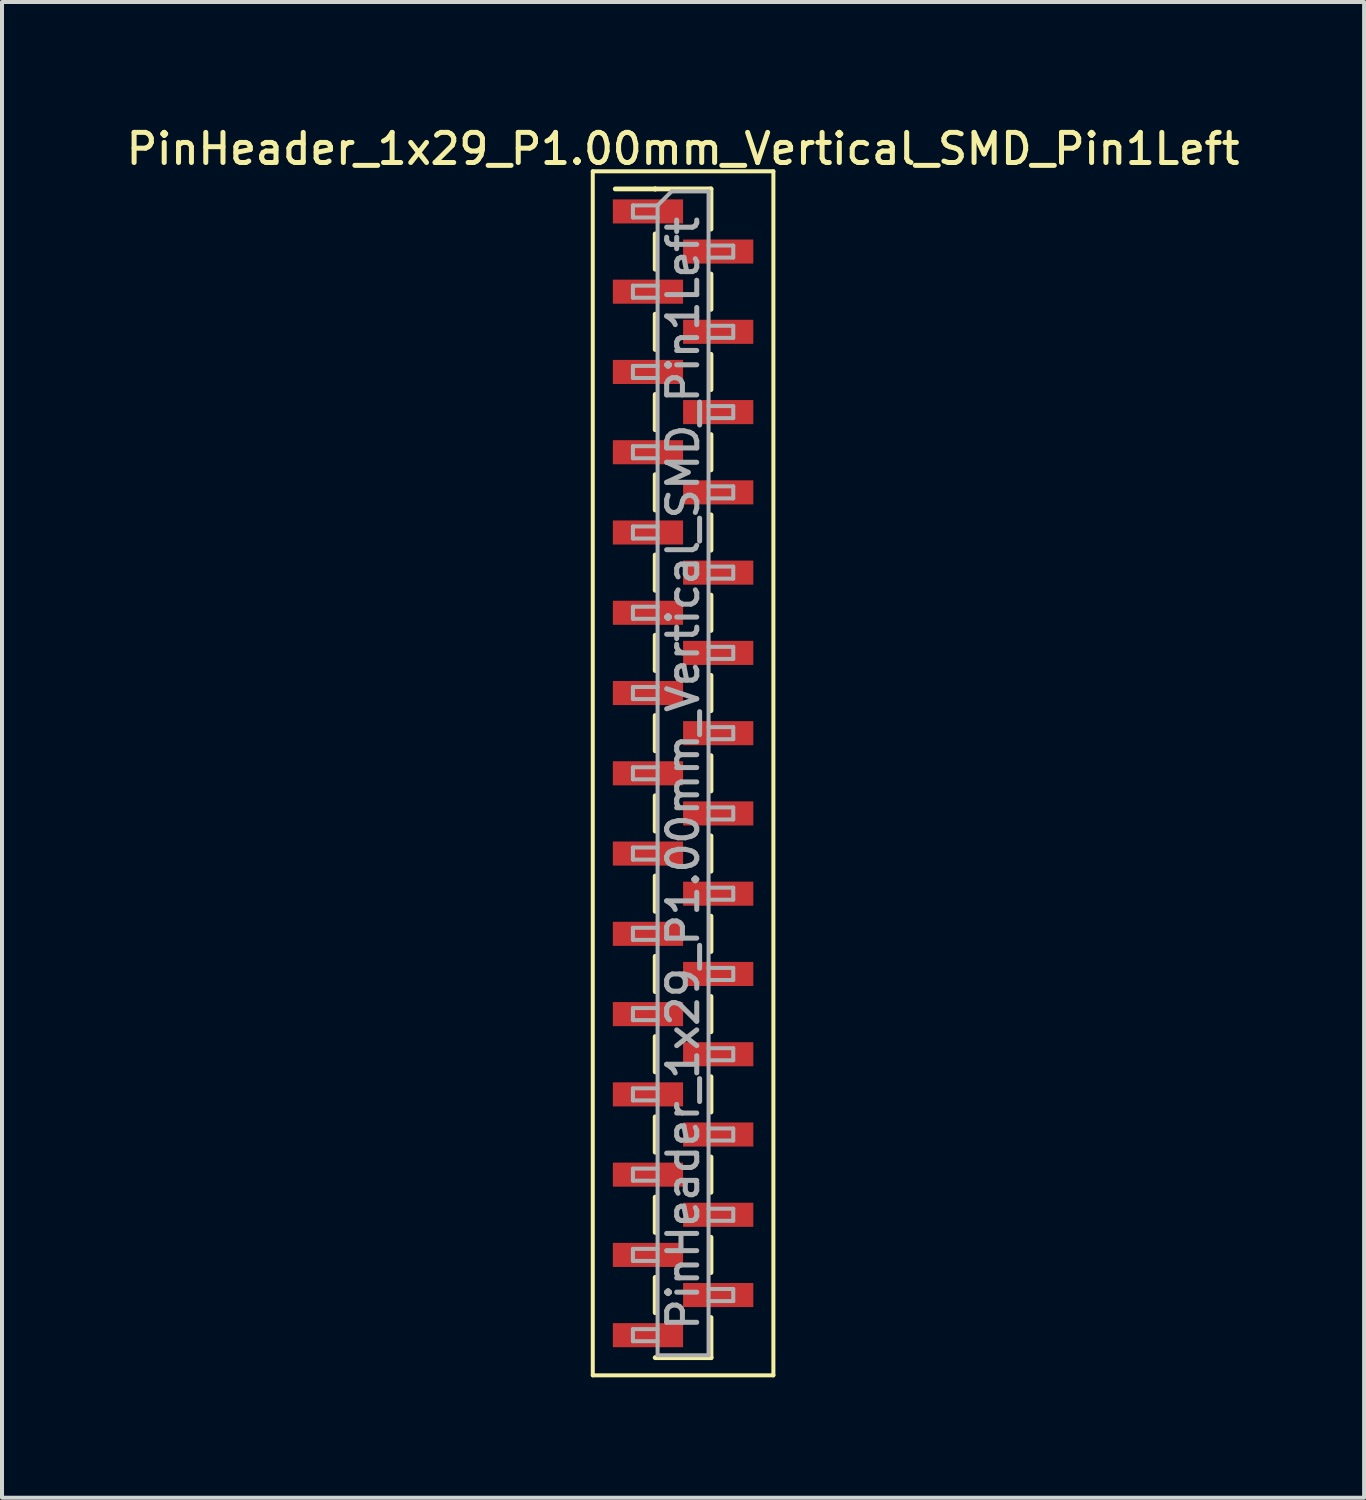
<source format=kicad_pcb>
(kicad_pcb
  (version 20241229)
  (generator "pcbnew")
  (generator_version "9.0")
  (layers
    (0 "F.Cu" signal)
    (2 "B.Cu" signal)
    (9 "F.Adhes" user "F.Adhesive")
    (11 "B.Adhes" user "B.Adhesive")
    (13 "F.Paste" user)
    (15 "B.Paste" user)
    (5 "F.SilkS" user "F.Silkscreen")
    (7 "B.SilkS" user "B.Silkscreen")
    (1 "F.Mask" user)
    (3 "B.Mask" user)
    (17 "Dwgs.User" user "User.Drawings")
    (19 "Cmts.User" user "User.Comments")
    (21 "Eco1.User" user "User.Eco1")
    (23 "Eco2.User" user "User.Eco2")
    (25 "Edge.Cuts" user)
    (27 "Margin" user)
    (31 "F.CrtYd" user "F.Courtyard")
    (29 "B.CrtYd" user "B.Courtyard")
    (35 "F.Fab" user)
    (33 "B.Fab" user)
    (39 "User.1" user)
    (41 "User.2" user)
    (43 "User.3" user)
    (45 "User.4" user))
  (footprint "PinHeader_1x29_P1.00mm_Vertical_SMD_Pin1Left"
    (layer "F.Cu")
    (at 13.97 16.218)
    (property "Reference" "PinHeader_1x29_P1.00mm_Vertical_SMD_Pin1Left" (at 0 -15.56 0) (layer "F.SilkS") (effects (font (size 0.75 0.75) (thickness 0.125))))
    (attr smd)
    (fp_line (start -2.25 -15) (end -2.25 15) (stroke (width 0.1) (type solid)) (layer "F.SilkS"))
    (fp_line (start -2.25 15) (end 2.25 15) (stroke (width 0.1) (type solid)) (layer "F.SilkS"))
    (fp_line (start -0.695 -14.56) (end -1.69 -14.56) (stroke (width 0.12) (type solid)) (layer "F.SilkS"))
    (fp_line (start -0.695 -14.56) (end -0.695 -14.56) (stroke (width 0.12) (type solid)) (layer "F.SilkS"))
    (fp_line (start -0.695 -14.56) (end 0.695 -14.56) (stroke (width 0.12) (type solid)) (layer "F.SilkS"))
    (fp_line (start -0.695 -13.44) (end -0.695 -12.56) (stroke (width 0.12) (type solid)) (layer "F.SilkS"))
    (fp_line (start -0.695 -11.44) (end -0.695 -10.56) (stroke (width 0.12) (type solid)) (layer "F.SilkS"))
    (fp_line (start -0.695 -9.44) (end -0.695 -8.56) (stroke (width 0.12) (type solid)) (layer "F.SilkS"))
    (fp_line (start -0.695 -7.44) (end -0.695 -6.56) (stroke (width 0.12) (type solid)) (layer "F.SilkS"))
    (fp_line (start -0.695 -5.44) (end -0.695 -4.56) (stroke (width 0.12) (type solid)) (layer "F.SilkS"))
    (fp_line (start -0.695 -3.44) (end -0.695 -2.56) (stroke (width 0.12) (type solid)) (layer "F.SilkS"))
    (fp_line (start -0.695 -1.44) (end -0.695 -0.56) (stroke (width 0.12) (type solid)) (layer "F.SilkS"))
    (fp_line (start -0.695 0.56) (end -0.695 1.44) (stroke (width 0.12) (type solid)) (layer "F.SilkS"))
    (fp_line (start -0.695 2.56) (end -0.695 3.44) (stroke (width 0.12) (type solid)) (layer "F.SilkS"))
    (fp_line (start -0.695 4.56) (end -0.695 5.44) (stroke (width 0.12) (type solid)) (layer "F.SilkS"))
    (fp_line (start -0.695 6.56) (end -0.695 7.44) (stroke (width 0.12) (type solid)) (layer "F.SilkS"))
    (fp_line (start -0.695 8.56) (end -0.695 9.44) (stroke (width 0.12) (type solid)) (layer "F.SilkS"))
    (fp_line (start -0.695 10.56) (end -0.695 11.44) (stroke (width 0.12) (type solid)) (layer "F.SilkS"))
    (fp_line (start -0.695 12.56) (end -0.695 13.44) (stroke (width 0.12) (type solid)) (layer "F.SilkS"))
    (fp_line (start -0.695 14.56) (end 0.695 14.56) (stroke (width 0.12) (type solid)) (layer "F.SilkS"))
    (fp_line (start 0.695 -14.56) (end 0.695 -13.56) (stroke (width 0.12) (type solid)) (layer "F.SilkS"))
    (fp_line (start 0.695 -12.44) (end 0.695 -11.56) (stroke (width 0.12) (type solid)) (layer "F.SilkS"))
    (fp_line (start 0.695 -10.44) (end 0.695 -9.56) (stroke (width 0.12) (type solid)) (layer "F.SilkS"))
    (fp_line (start 0.695 -8.44) (end 0.695 -7.56) (stroke (width 0.12) (type solid)) (layer "F.SilkS"))
    (fp_line (start 0.695 -6.44) (end 0.695 -5.56) (stroke (width 0.12) (type solid)) (layer "F.SilkS"))
    (fp_line (start 0.695 -4.44) (end 0.695 -3.56) (stroke (width 0.12) (type solid)) (layer "F.SilkS"))
    (fp_line (start 0.695 -2.44) (end 0.695 -1.56) (stroke (width 0.12) (type solid)) (layer "F.SilkS"))
    (fp_line (start 0.695 -0.44) (end 0.695 0.44) (stroke (width 0.12) (type solid)) (layer "F.SilkS"))
    (fp_line (start 0.695 1.56) (end 0.695 2.44) (stroke (width 0.12) (type solid)) (layer "F.SilkS"))
    (fp_line (start 0.695 3.56) (end 0.695 4.44) (stroke (width 0.12) (type solid)) (layer "F.SilkS"))
    (fp_line (start 0.695 5.56) (end 0.695 6.44) (stroke (width 0.12) (type solid)) (layer "F.SilkS"))
    (fp_line (start 0.695 7.56) (end 0.695 8.44) (stroke (width 0.12) (type solid)) (layer "F.SilkS"))
    (fp_line (start 0.695 9.56) (end 0.695 10.44) (stroke (width 0.12) (type solid)) (layer "F.SilkS"))
    (fp_line (start 0.695 11.56) (end 0.695 12.44) (stroke (width 0.12) (type solid)) (layer "F.SilkS"))
    (fp_line (start 0.695 13.56) (end 0.695 14.56) (stroke (width 0.12) (type solid)) (layer "F.SilkS"))
    (fp_line (start 0.695 14.56) (end 0.695 14.56) (stroke (width 0.12) (type solid)) (layer "F.SilkS"))
    (fp_line (start 2.25 -15) (end -2.25 -15) (stroke (width 0.1) (type solid)) (layer "F.SilkS"))
    (fp_line (start 2.25 15) (end 2.25 -15) (stroke (width 0.1) (type solid)) (layer "F.SilkS"))
    (fp_line (start -1.25 -14.15) (end -1.25 -13.85) (stroke (width 0.1) (type solid)) (layer "F.Fab"))
    (fp_line (start -1.25 -13.85) (end -0.635 -13.85) (stroke (width 0.1) (type solid)) (layer "F.Fab"))
    (fp_line (start -1.25 -12.15) (end -1.25 -11.85) (stroke (width 0.1) (type solid)) (layer "F.Fab"))
    (fp_line (start -1.25 -11.85) (end -0.635 -11.85) (stroke (width 0.1) (type solid)) (layer "F.Fab"))
    (fp_line (start -1.25 -10.15) (end -1.25 -9.85) (stroke (width 0.1) (type solid)) (layer "F.Fab"))
    (fp_line (start -1.25 -9.85) (end -0.635 -9.85) (stroke (width 0.1) (type solid)) (layer "F.Fab"))
    (fp_line (start -1.25 -8.15) (end -1.25 -7.85) (stroke (width 0.1) (type solid)) (layer "F.Fab"))
    (fp_line (start -1.25 -7.85) (end -0.635 -7.85) (stroke (width 0.1) (type solid)) (layer "F.Fab"))
    (fp_line (start -1.25 -6.15) (end -1.25 -5.85) (stroke (width 0.1) (type solid)) (layer "F.Fab"))
    (fp_line (start -1.25 -5.85) (end -0.635 -5.85) (stroke (width 0.1) (type solid)) (layer "F.Fab"))
    (fp_line (start -1.25 -4.15) (end -1.25 -3.85) (stroke (width 0.1) (type solid)) (layer "F.Fab"))
    (fp_line (start -1.25 -3.85) (end -0.635 -3.85) (stroke (width 0.1) (type solid)) (layer "F.Fab"))
    (fp_line (start -1.25 -2.15) (end -1.25 -1.85) (stroke (width 0.1) (type solid)) (layer "F.Fab"))
    (fp_line (start -1.25 -1.85) (end -0.635 -1.85) (stroke (width 0.1) (type solid)) (layer "F.Fab"))
    (fp_line (start -1.25 -0.15) (end -1.25 0.15) (stroke (width 0.1) (type solid)) (layer "F.Fab"))
    (fp_line (start -1.25 0.15) (end -0.635 0.15) (stroke (width 0.1) (type solid)) (layer "F.Fab"))
    (fp_line (start -1.25 1.85) (end -1.25 2.15) (stroke (width 0.1) (type solid)) (layer "F.Fab"))
    (fp_line (start -1.25 2.15) (end -0.635 2.15) (stroke (width 0.1) (type solid)) (layer "F.Fab"))
    (fp_line (start -1.25 3.85) (end -1.25 4.15) (stroke (width 0.1) (type solid)) (layer "F.Fab"))
    (fp_line (start -1.25 4.15) (end -0.635 4.15) (stroke (width 0.1) (type solid)) (layer "F.Fab"))
    (fp_line (start -1.25 5.85) (end -1.25 6.15) (stroke (width 0.1) (type solid)) (layer "F.Fab"))
    (fp_line (start -1.25 6.15) (end -0.635 6.15) (stroke (width 0.1) (type solid)) (layer "F.Fab"))
    (fp_line (start -1.25 7.85) (end -1.25 8.15) (stroke (width 0.1) (type solid)) (layer "F.Fab"))
    (fp_line (start -1.25 8.15) (end -0.635 8.15) (stroke (width 0.1) (type solid)) (layer "F.Fab"))
    (fp_line (start -1.25 9.85) (end -1.25 10.15) (stroke (width 0.1) (type solid)) (layer "F.Fab"))
    (fp_line (start -1.25 10.15) (end -0.635 10.15) (stroke (width 0.1) (type solid)) (layer "F.Fab"))
    (fp_line (start -1.25 11.85) (end -1.25 12.15) (stroke (width 0.1) (type solid)) (layer "F.Fab"))
    (fp_line (start -1.25 12.15) (end -0.635 12.15) (stroke (width 0.1) (type solid)) (layer "F.Fab"))
    (fp_line (start -1.25 13.85) (end -1.25 14.15) (stroke (width 0.1) (type solid)) (layer "F.Fab"))
    (fp_line (start -1.25 14.15) (end -0.635 14.15) (stroke (width 0.1) (type solid)) (layer "F.Fab"))
    (fp_line (start -0.635 -14.15) (end -1.25 -14.15) (stroke (width 0.1) (type solid)) (layer "F.Fab"))
    (fp_line (start -0.635 -14.15) (end -0.285 -14.5) (stroke (width 0.1) (type solid)) (layer "F.Fab"))
    (fp_line (start -0.635 -12.15) (end -1.25 -12.15) (stroke (width 0.1) (type solid)) (layer "F.Fab"))
    (fp_line (start -0.635 -10.15) (end -1.25 -10.15) (stroke (width 0.1) (type solid)) (layer "F.Fab"))
    (fp_line (start -0.635 -8.15) (end -1.25 -8.15) (stroke (width 0.1) (type solid)) (layer "F.Fab"))
    (fp_line (start -0.635 -6.15) (end -1.25 -6.15) (stroke (width 0.1) (type solid)) (layer "F.Fab"))
    (fp_line (start -0.635 -4.15) (end -1.25 -4.15) (stroke (width 0.1) (type solid)) (layer "F.Fab"))
    (fp_line (start -0.635 -2.15) (end -1.25 -2.15) (stroke (width 0.1) (type solid)) (layer "F.Fab"))
    (fp_line (start -0.635 -0.15) (end -1.25 -0.15) (stroke (width 0.1) (type solid)) (layer "F.Fab"))
    (fp_line (start -0.635 1.85) (end -1.25 1.85) (stroke (width 0.1) (type solid)) (layer "F.Fab"))
    (fp_line (start -0.635 3.85) (end -1.25 3.85) (stroke (width 0.1) (type solid)) (layer "F.Fab"))
    (fp_line (start -0.635 5.85) (end -1.25 5.85) (stroke (width 0.1) (type solid)) (layer "F.Fab"))
    (fp_line (start -0.635 7.85) (end -1.25 7.85) (stroke (width 0.1) (type solid)) (layer "F.Fab"))
    (fp_line (start -0.635 9.85) (end -1.25 9.85) (stroke (width 0.1) (type solid)) (layer "F.Fab"))
    (fp_line (start -0.635 11.85) (end -1.25 11.85) (stroke (width 0.1) (type solid)) (layer "F.Fab"))
    (fp_line (start -0.635 13.85) (end -1.25 13.85) (stroke (width 0.1) (type solid)) (layer "F.Fab"))
    (fp_line (start -0.635 14.5) (end -0.635 -14.15) (stroke (width 0.1) (type solid)) (layer "F.Fab"))
    (fp_line (start -0.285 -14.5) (end 0.635 -14.5) (stroke (width 0.1) (type solid)) (layer "F.Fab"))
    (fp_line (start 0.635 -14.5) (end 0.635 14.5) (stroke (width 0.1) (type solid)) (layer "F.Fab"))
    (fp_line (start 0.635 -13.15) (end 1.25 -13.15) (stroke (width 0.1) (type solid)) (layer "F.Fab"))
    (fp_line (start 0.635 -11.15) (end 1.25 -11.15) (stroke (width 0.1) (type solid)) (layer "F.Fab"))
    (fp_line (start 0.635 -9.15) (end 1.25 -9.15) (stroke (width 0.1) (type solid)) (layer "F.Fab"))
    (fp_line (start 0.635 -7.15) (end 1.25 -7.15) (stroke (width 0.1) (type solid)) (layer "F.Fab"))
    (fp_line (start 0.635 -5.15) (end 1.25 -5.15) (stroke (width 0.1) (type solid)) (layer "F.Fab"))
    (fp_line (start 0.635 -3.15) (end 1.25 -3.15) (stroke (width 0.1) (type solid)) (layer "F.Fab"))
    (fp_line (start 0.635 -1.15) (end 1.25 -1.15) (stroke (width 0.1) (type solid)) (layer "F.Fab"))
    (fp_line (start 0.635 0.85) (end 1.25 0.85) (stroke (width 0.1) (type solid)) (layer "F.Fab"))
    (fp_line (start 0.635 2.85) (end 1.25 2.85) (stroke (width 0.1) (type solid)) (layer "F.Fab"))
    (fp_line (start 0.635 4.85) (end 1.25 4.85) (stroke (width 0.1) (type solid)) (layer "F.Fab"))
    (fp_line (start 0.635 6.85) (end 1.25 6.85) (stroke (width 0.1) (type solid)) (layer "F.Fab"))
    (fp_line (start 0.635 8.85) (end 1.25 8.85) (stroke (width 0.1) (type solid)) (layer "F.Fab"))
    (fp_line (start 0.635 10.85) (end 1.25 10.85) (stroke (width 0.1) (type solid)) (layer "F.Fab"))
    (fp_line (start 0.635 12.85) (end 1.25 12.85) (stroke (width 0.1) (type solid)) (layer "F.Fab"))
    (fp_line (start 0.635 14.5) (end -0.635 14.5) (stroke (width 0.1) (type solid)) (layer "F.Fab"))
    (fp_line (start 1.25 -13.15) (end 1.25 -12.85) (stroke (width 0.1) (type solid)) (layer "F.Fab"))
    (fp_line (start 1.25 -12.85) (end 0.635 -12.85) (stroke (width 0.1) (type solid)) (layer "F.Fab"))
    (fp_line (start 1.25 -11.15) (end 1.25 -10.85) (stroke (width 0.1) (type solid)) (layer "F.Fab"))
    (fp_line (start 1.25 -10.85) (end 0.635 -10.85) (stroke (width 0.1) (type solid)) (layer "F.Fab"))
    (fp_line (start 1.25 -9.15) (end 1.25 -8.85) (stroke (width 0.1) (type solid)) (layer "F.Fab"))
    (fp_line (start 1.25 -8.85) (end 0.635 -8.85) (stroke (width 0.1) (type solid)) (layer "F.Fab"))
    (fp_line (start 1.25 -7.15) (end 1.25 -6.85) (stroke (width 0.1) (type solid)) (layer "F.Fab"))
    (fp_line (start 1.25 -6.85) (end 0.635 -6.85) (stroke (width 0.1) (type solid)) (layer "F.Fab"))
    (fp_line (start 1.25 -5.15) (end 1.25 -4.85) (stroke (width 0.1) (type solid)) (layer "F.Fab"))
    (fp_line (start 1.25 -4.85) (end 0.635 -4.85) (stroke (width 0.1) (type solid)) (layer "F.Fab"))
    (fp_line (start 1.25 -3.15) (end 1.25 -2.85) (stroke (width 0.1) (type solid)) (layer "F.Fab"))
    (fp_line (start 1.25 -2.85) (end 0.635 -2.85) (stroke (width 0.1) (type solid)) (layer "F.Fab"))
    (fp_line (start 1.25 -1.15) (end 1.25 -0.85) (stroke (width 0.1) (type solid)) (layer "F.Fab"))
    (fp_line (start 1.25 -0.85) (end 0.635 -0.85) (stroke (width 0.1) (type solid)) (layer "F.Fab"))
    (fp_line (start 1.25 0.85) (end 1.25 1.15) (stroke (width 0.1) (type solid)) (layer "F.Fab"))
    (fp_line (start 1.25 1.15) (end 0.635 1.15) (stroke (width 0.1) (type solid)) (layer "F.Fab"))
    (fp_line (start 1.25 2.85) (end 1.25 3.15) (stroke (width 0.1) (type solid)) (layer "F.Fab"))
    (fp_line (start 1.25 3.15) (end 0.635 3.15) (stroke (width 0.1) (type solid)) (layer "F.Fab"))
    (fp_line (start 1.25 4.85) (end 1.25 5.15) (stroke (width 0.1) (type solid)) (layer "F.Fab"))
    (fp_line (start 1.25 5.15) (end 0.635 5.15) (stroke (width 0.1) (type solid)) (layer "F.Fab"))
    (fp_line (start 1.25 6.85) (end 1.25 7.15) (stroke (width 0.1) (type solid)) (layer "F.Fab"))
    (fp_line (start 1.25 7.15) (end 0.635 7.15) (stroke (width 0.1) (type solid)) (layer "F.Fab"))
    (fp_line (start 1.25 8.85) (end 1.25 9.15) (stroke (width 0.1) (type solid)) (layer "F.Fab"))
    (fp_line (start 1.25 9.15) (end 0.635 9.15) (stroke (width 0.1) (type solid)) (layer "F.Fab"))
    (fp_line (start 1.25 10.85) (end 1.25 11.15) (stroke (width 0.1) (type solid)) (layer "F.Fab"))
    (fp_line (start 1.25 11.15) (end 0.635 11.15) (stroke (width 0.1) (type solid)) (layer "F.Fab"))
    (fp_line (start 1.25 12.85) (end 1.25 13.15) (stroke (width 0.1) (type solid)) (layer "F.Fab"))
    (fp_line (start 1.25 13.15) (end 0.635 13.15) (stroke (width 0.1) (type solid)) (layer "F.Fab"))
    (fp_text user "${REFERENCE}" (at 0 0 90) (layer "F.Fab") (effects (font (size 0.75 0.75) (thickness 0.125))))
    (pad "1" smd rect (at -0.875 -14) (size 1.75 0.6) (layers "F.Cu" "F.Mask" "F.Paste"))
    (pad "2" smd rect (at 0.875 -13) (size 1.75 0.6) (layers "F.Cu" "F.Mask" "F.Paste"))
    (pad "3" smd rect (at -0.875 -12) (size 1.75 0.6) (layers "F.Cu" "F.Mask" "F.Paste"))
    (pad "4" smd rect (at 0.875 -11) (size 1.75 0.6) (layers "F.Cu" "F.Mask" "F.Paste"))
    (pad "5" smd rect (at -0.875 -10) (size 1.75 0.6) (layers "F.Cu" "F.Mask" "F.Paste"))
    (pad "6" smd rect (at 0.875 -9) (size 1.75 0.6) (layers "F.Cu" "F.Mask" "F.Paste"))
    (pad "7" smd rect (at -0.875 -8) (size 1.75 0.6) (layers "F.Cu" "F.Mask" "F.Paste"))
    (pad "8" smd rect (at 0.875 -7) (size 1.75 0.6) (layers "F.Cu" "F.Mask" "F.Paste"))
    (pad "9" smd rect (at -0.875 -6) (size 1.75 0.6) (layers "F.Cu" "F.Mask" "F.Paste"))
    (pad "10" smd rect (at 0.875 -5) (size 1.75 0.6) (layers "F.Cu" "F.Mask" "F.Paste"))
    (pad "11" smd rect (at -0.875 -4) (size 1.75 0.6) (layers "F.Cu" "F.Mask" "F.Paste"))
    (pad "12" smd rect (at 0.875 -3) (size 1.75 0.6) (layers "F.Cu" "F.Mask" "F.Paste"))
    (pad "13" smd rect (at -0.875 -2) (size 1.75 0.6) (layers "F.Cu" "F.Mask" "F.Paste"))
    (pad "14" smd rect (at 0.875 -1) (size 1.75 0.6) (layers "F.Cu" "F.Mask" "F.Paste"))
    (pad "15" smd rect (at -0.875 0) (size 1.75 0.6) (layers "F.Cu" "F.Mask" "F.Paste"))
    (pad "16" smd rect (at 0.875 1) (size 1.75 0.6) (layers "F.Cu" "F.Mask" "F.Paste"))
    (pad "17" smd rect (at -0.875 2) (size 1.75 0.6) (layers "F.Cu" "F.Mask" "F.Paste"))
    (pad "18" smd rect (at 0.875 3) (size 1.75 0.6) (layers "F.Cu" "F.Mask" "F.Paste"))
    (pad "19" smd rect (at -0.875 4) (size 1.75 0.6) (layers "F.Cu" "F.Mask" "F.Paste"))
    (pad "20" smd rect (at 0.875 5) (size 1.75 0.6) (layers "F.Cu" "F.Mask" "F.Paste"))
    (pad "21" smd rect (at -0.875 6) (size 1.75 0.6) (layers "F.Cu" "F.Mask" "F.Paste"))
    (pad "22" smd rect (at 0.875 7) (size 1.75 0.6) (layers "F.Cu" "F.Mask" "F.Paste"))
    (pad "23" smd rect (at -0.875 8) (size 1.75 0.6) (layers "F.Cu" "F.Mask" "F.Paste"))
    (pad "24" smd rect (at 0.875 9) (size 1.75 0.6) (layers "F.Cu" "F.Mask" "F.Paste"))
    (pad "25" smd rect (at -0.875 10) (size 1.75 0.6) (layers "F.Cu" "F.Mask" "F.Paste"))
    (pad "26" smd rect (at 0.875 11) (size 1.75 0.6) (layers "F.Cu" "F.Mask" "F.Paste"))
    (pad "27" smd rect (at -0.875 12) (size 1.75 0.6) (layers "F.Cu" "F.Mask" "F.Paste"))
    (pad "28" smd rect (at 0.875 13) (size 1.75 0.6) (layers "F.Cu" "F.Mask" "F.Paste"))
    (pad "29" smd rect (at -0.875 14) (size 1.75 0.6) (layers "F.Cu" "F.Mask" "F.Paste")))
  (gr_rect
    (start -3 -3)
    (end 30.939 34.268)
    (stroke (width 0.1) (type default))
    (fill no)
    (layer "Edge.Cuts")))
</source>
